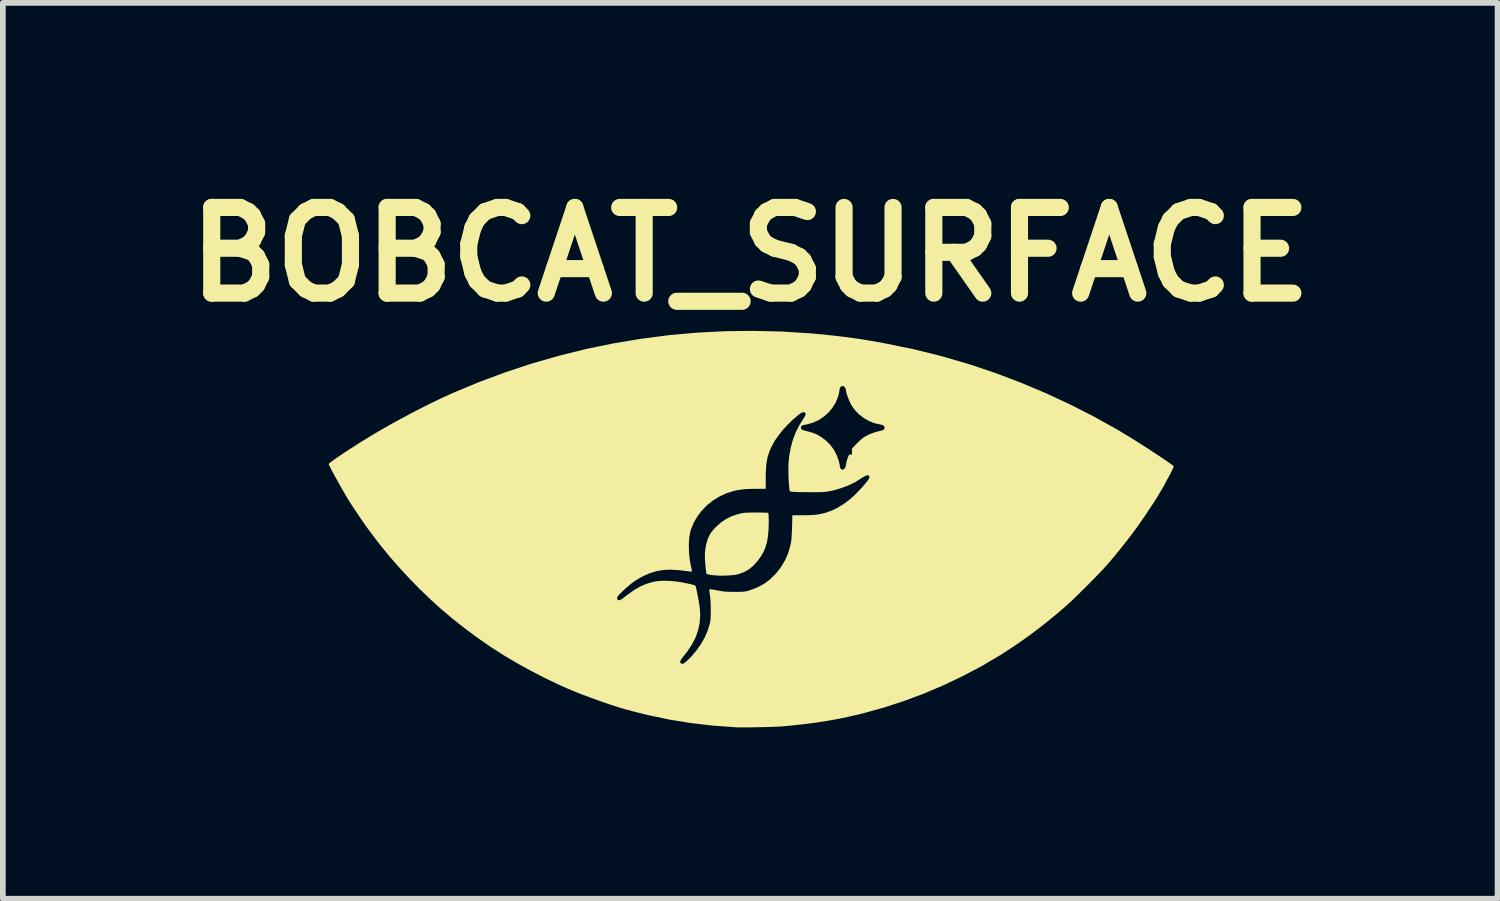
<source format=kicad_pcb>
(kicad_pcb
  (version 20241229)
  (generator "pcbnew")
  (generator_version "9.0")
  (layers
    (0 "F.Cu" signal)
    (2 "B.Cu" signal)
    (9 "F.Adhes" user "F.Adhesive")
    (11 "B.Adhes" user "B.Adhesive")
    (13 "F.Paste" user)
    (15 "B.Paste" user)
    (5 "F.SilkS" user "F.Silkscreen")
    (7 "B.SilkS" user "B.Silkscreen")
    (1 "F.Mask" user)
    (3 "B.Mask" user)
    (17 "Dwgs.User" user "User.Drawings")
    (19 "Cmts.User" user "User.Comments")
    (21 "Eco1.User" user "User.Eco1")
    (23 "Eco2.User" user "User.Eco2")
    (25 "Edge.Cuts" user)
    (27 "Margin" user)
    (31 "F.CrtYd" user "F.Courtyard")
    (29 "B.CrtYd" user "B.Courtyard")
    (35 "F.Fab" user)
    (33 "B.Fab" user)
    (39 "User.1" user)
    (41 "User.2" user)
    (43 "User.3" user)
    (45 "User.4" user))
  (footprint "BOBCAT_SURFACE"
    (layer "F.Cu")
    (at 10.086 1.404)
    (property "Reference" "BOBCAT_SURFACE" (at 0 0 0) (layer "F.SilkS") (effects (font (size 1.5 1.5) (thickness 0.3))))
    (attr board_only exclude_from_pos_files exclude_from_bom)
    (fp_poly (pts (xy 0.151 4.52) (xy 0.206 4.521) (xy 0.252 4.522) (xy 0.286 4.523) (xy 0.305 4.525) (xy 0.307 4.526) (xy 0.313 4.53) (xy 0.318 4.538) (xy 0.32 4.554) (xy 0.322 4.579) (xy 0.323 4.616) (xy 0.324 4.668) (xy 0.324 4.702) (xy 0.32 4.829) (xy 0.31 4.94) (xy 0.293 5.039) (xy 0.267 5.128) (xy 0.232 5.211) (xy 0.186 5.289) (xy 0.13 5.367) (xy 0.127 5.37) (xy 0.055 5.45) (xy -0.022 5.514) (xy -0.107 5.562) (xy -0.201 5.597) (xy -0.211 5.6) (xy -0.258 5.61) (xy -0.318 5.617) (xy -0.388 5.622) (xy -0.462 5.625) (xy -0.536 5.625) (xy -0.604 5.621) (xy -0.624 5.62) (xy -0.686 5.613) (xy -0.731 5.605) (xy -0.757 5.597) (xy -0.767 5.59) (xy -0.769 5.578) (xy -0.773 5.551) (xy -0.778 5.511) (xy -0.783 5.463) (xy -0.786 5.434) (xy -0.793 5.332) (xy -0.794 5.243) (xy -0.787 5.161) (xy -0.772 5.081) (xy -0.761 5.038) (xy -0.736 4.962) (xy -0.702 4.895) (xy -0.657 4.833) (xy -0.605 4.776) (xy -0.518 4.698) (xy -0.428 4.636) (xy -0.329 4.587) (xy -0.218 4.549) (xy -0.19 4.541) (xy -0.16 4.534) (xy -0.13 4.529) (xy -0.098 4.525) (xy -0.059 4.522) (xy -0.01 4.521) (xy 0.053 4.52) (xy 0.09 4.52)) (stroke (width 0) (type solid)) (fill yes) (layer "F.SilkS"))
    (fp_poly (pts (xy 0.551 1.351) (xy 1.046 1.382) (xy 1.3 1.405) (xy 1.588 1.437) (xy 1.864 1.474) (xy 2.131 1.516) (xy 2.395 1.565) (xy 2.6 1.607) (xy 2.651 1.618) (xy 2.7 1.628) (xy 2.741 1.636) (xy 2.769 1.641) (xy 2.771 1.642) (xy 2.796 1.647) (xy 2.837 1.655) (xy 2.89 1.668) (xy 2.953 1.683) (xy 3.023 1.7) (xy 3.097 1.718) (xy 3.173 1.737) (xy 3.247 1.756) (xy 3.316 1.773) (xy 3.378 1.79) (xy 3.414 1.8) (xy 3.862 1.932) (xy 4.306 2.082) (xy 4.746 2.249) (xy 5.18 2.432) (xy 5.606 2.63) (xy 6.022 2.842) (xy 6.427 3.068) (xy 6.667 3.213) (xy 6.74 3.258) (xy 6.819 3.308) (xy 6.9 3.36) (xy 6.981 3.412) (xy 7.061 3.465) (xy 7.138 3.515) (xy 7.21 3.563) (xy 7.274 3.606) (xy 7.329 3.644) (xy 7.372 3.675) (xy 7.403 3.697) (xy 7.413 3.705) (xy 7.412 3.717) (xy 7.403 3.743) (xy 7.385 3.782) (xy 7.36 3.833) (xy 7.328 3.893) (xy 7.301 3.942) (xy 7.282 3.976) (xy 7.267 4.004) (xy 7.259 4.021) (xy 7.257 4.025) (xy 7.253 4.034) (xy 7.241 4.055) (xy 7.23 4.074) (xy 7.214 4.101) (xy 7.191 4.139) (xy 7.166 4.182) (xy 7.147 4.214) (xy 7.124 4.253) (xy 7.092 4.303) (xy 7.054 4.362) (xy 7.011 4.427) (xy 6.967 4.493) (xy 6.924 4.558) (xy 6.883 4.618) (xy 6.847 4.669) (xy 6.847 4.669) (xy 6.827 4.698) (xy 6.809 4.724) (xy 6.802 4.733) (xy 6.765 4.787) (xy 6.717 4.852) (xy 6.661 4.927) (xy 6.599 5.007) (xy 6.533 5.091) (xy 6.466 5.175) (xy 6.399 5.257) (xy 6.335 5.334) (xy 6.276 5.403) (xy 6.227 5.459) (xy 6.177 5.514) (xy 6.116 5.579) (xy 6.046 5.651) (xy 5.971 5.728) (xy 5.892 5.807) (xy 5.813 5.885) (xy 5.737 5.96) (xy 5.666 6.029) (xy 5.603 6.089) (xy 5.576 6.113) (xy 5.421 6.25) (xy 5.251 6.391) (xy 5.072 6.533) (xy 4.887 6.672) (xy 4.7 6.805) (xy 4.514 6.93) (xy 4.366 7.024) (xy 4.05 7.21) (xy 3.722 7.383) (xy 3.386 7.543) (xy 3.043 7.689) (xy 2.695 7.819) (xy 2.346 7.933) (xy 1.997 8.03) (xy 1.848 8.066) (xy 1.803 8.076) (xy 1.762 8.086) (xy 1.729 8.093) (xy 1.719 8.096) (xy 1.544 8.133) (xy 1.353 8.167) (xy 1.148 8.199) (xy 0.93 8.227) (xy 0.703 8.251) (xy 0.586 8.262) (xy 0.537 8.266) (xy 0.474 8.269) (xy 0.399 8.272) (xy 0.315 8.275) (xy 0.226 8.277) (xy 0.135 8.279) (xy 0.045 8.281) (xy -0.04 8.282) (xy -0.118 8.282) (xy -0.185 8.282) (xy -0.237 8.281) (xy -0.257 8.28) (xy -0.653 8.251) (xy -1.039 8.206) (xy -1.416 8.145) (xy -1.787 8.067) (xy -1.971 8.022) (xy -2.069 7.996) (xy -2.154 7.974) (xy -2.229 7.953) (xy -2.299 7.932) (xy -2.37 7.91) (xy -2.445 7.885) (xy -2.529 7.856) (xy -2.624 7.823) (xy -2.783 7.766) (xy -2.929 7.712) (xy -3.063 7.659) (xy -3.192 7.605) (xy -3.318 7.55) (xy -3.445 7.49) (xy -3.578 7.426) (xy -3.6 7.415) (xy -3.852 7.285) (xy -4.088 7.155) (xy -4.313 7.021) (xy -4.531 6.882) (xy -4.746 6.734) (xy -4.961 6.576) (xy -5.18 6.404) (xy -5.219 6.373) (xy -5.406 6.215) (xy -5.597 6.043) (xy -5.621 6.019) (xy -2.332 6.019) (xy -2.331 6.023) (xy -2.326 6.044) (xy -2.312 6.054) (xy -2.302 6.055) (xy -2.286 6.054) (xy -2.266 6.046) (xy -2.239 6.028) (xy -2.202 6) (xy -2.193 5.993) (xy -2.094 5.919) (xy -2.003 5.859) (xy -1.917 5.811) (xy -1.83 5.773) (xy -1.741 5.745) (xy -1.675 5.729) (xy -1.6 5.718) (xy -1.512 5.714) (xy -1.414 5.717) (xy -1.312 5.725) (xy -1.21 5.74) (xy -1.152 5.751) (xy -1.088 5.765) (xy -1.039 5.775) (xy -1.005 5.784) (xy -0.981 5.791) (xy -0.966 5.798) (xy -0.958 5.805) (xy -0.954 5.815) (xy -0.951 5.826) (xy -0.95 5.829) (xy -0.927 5.938) (xy -0.909 6.03) (xy -0.895 6.11) (xy -0.885 6.18) (xy -0.879 6.242) (xy -0.876 6.3) (xy -0.876 6.322) (xy -0.885 6.45) (xy -0.911 6.576) (xy -0.954 6.7) (xy -1.016 6.822) (xy -1.096 6.945) (xy -1.18 7.052) (xy -1.211 7.093) (xy -1.226 7.124) (xy -1.225 7.147) (xy -1.212 7.161) (xy -1.195 7.169) (xy -1.18 7.169) (xy -1.16 7.159) (xy -1.133 7.138) (xy -1.127 7.134) (xy -1.099 7.109) (xy -1.064 7.075) (xy -1.031 7.04) (xy -1.024 7.033) (xy -0.933 6.923) (xy -0.859 6.817) (xy -0.798 6.71) (xy -0.75 6.599) (xy -0.712 6.48) (xy -0.703 6.448) (xy -0.698 6.414) (xy -0.694 6.365) (xy -0.692 6.306) (xy -0.691 6.239) (xy -0.692 6.17) (xy -0.694 6.101) (xy -0.698 6.038) (xy -0.703 5.984) (xy -0.707 5.957) (xy -0.712 5.919) (xy -0.715 5.887) (xy -0.715 5.868) (xy -0.714 5.864) (xy -0.703 5.863) (xy -0.677 5.866) (xy -0.639 5.871) (xy -0.594 5.88) (xy -0.58 5.882) (xy -0.53 5.892) (xy -0.487 5.899) (xy -0.446 5.904) (xy -0.401 5.907) (xy -0.349 5.908) (xy -0.282 5.909) (xy -0.276 5.909) (xy -0.213 5.909) (xy -0.164 5.908) (xy -0.127 5.906) (xy -0.096 5.903) (xy -0.068 5.898) (xy -0.039 5.891) (xy -0.01 5.882) (xy 0.117 5.835) (xy 0.234 5.773) (xy 0.341 5.695) (xy 0.439 5.599) (xy 0.458 5.578) (xy 0.541 5.472) (xy 0.607 5.361) (xy 0.659 5.244) (xy 0.698 5.115) (xy 0.716 5.033) (xy 0.719 5.006) (xy 0.723 4.964) (xy 0.726 4.911) (xy 0.729 4.85) (xy 0.732 4.786) (xy 0.732 4.772) (xy 0.738 4.568) (xy 0.938 4.567) (xy 1.016 4.566) (xy 1.079 4.564) (xy 1.132 4.56) (xy 1.18 4.554) (xy 1.227 4.546) (xy 1.277 4.534) (xy 1.329 4.521) (xy 1.426 4.486) (xy 1.528 4.437) (xy 1.631 4.374) (xy 1.73 4.301) (xy 1.816 4.226) (xy 1.861 4.181) (xy 1.907 4.134) (xy 1.952 4.085) (xy 1.993 4.038) (xy 2.029 3.996) (xy 2.057 3.959) (xy 2.076 3.932) (xy 2.082 3.919) (xy 2.085 3.888) (xy 2.075 3.871) (xy 2.053 3.867) (xy 2.02 3.877) (xy 1.977 3.9) (xy 1.958 3.913) (xy 1.833 3.99) (xy 1.704 4.052) (xy 1.566 4.101) (xy 1.533 4.111) (xy 1.477 4.127) (xy 1.428 4.139) (xy 1.381 4.148) (xy 1.335 4.155) (xy 1.285 4.16) (xy 1.228 4.163) (xy 1.161 4.164) (xy 1.08 4.164) (xy 1.024 4.164) (xy 0.953 4.163) (xy 0.886 4.162) (xy 0.827 4.161) (xy 0.779 4.159) (xy 0.744 4.157) (xy 0.724 4.155) (xy 0.724 4.155) (xy 0.69 4.147) (xy 0.679 4.043) (xy 0.673 3.961) (xy 0.669 3.872) (xy 0.668 3.78) (xy 0.669 3.691) (xy 0.674 3.609) (xy 0.681 3.541) (xy 0.681 3.535) (xy 0.71 3.38) (xy 0.749 3.239) (xy 0.799 3.109) (xy 0.843 3.023) (xy 0.887 3.023) (xy 0.888 3.037) (xy 0.892 3.052) (xy 0.903 3.065) (xy 0.924 3.076) (xy 0.957 3.087) (xy 1.005 3.099) (xy 1.02 3.103) (xy 1.098 3.125) (xy 1.168 3.154) (xy 1.234 3.192) (xy 1.303 3.242) (xy 1.332 3.266) (xy 1.404 3.338) (xy 1.466 3.423) (xy 1.515 3.518) (xy 1.551 3.618) (xy 1.552 3.623) (xy 1.561 3.661) (xy 1.568 3.695) (xy 1.571 3.717) (xy 1.571 3.72) (xy 1.578 3.744) (xy 1.595 3.764) (xy 1.614 3.771) (xy 1.63 3.766) (xy 1.647 3.755) (xy 1.662 3.734) (xy 1.673 3.7) (xy 1.676 3.681) (xy 1.683 3.645) (xy 1.693 3.606) (xy 1.705 3.568) (xy 1.718 3.535) (xy 1.729 3.512) (xy 1.738 3.502) (xy 1.739 3.502) (xy 1.755 3.506) (xy 1.764 3.51) (xy 1.773 3.511) (xy 1.779 3.504) (xy 1.781 3.485) (xy 1.781 3.458) (xy 1.781 3.4) (xy 1.86 3.317) (xy 1.897 3.28) (xy 1.936 3.245) (xy 1.972 3.215) (xy 1.993 3.199) (xy 2.053 3.166) (xy 2.125 3.135) (xy 2.202 3.108) (xy 2.268 3.092) (xy 2.309 3.082) (xy 2.334 3.071) (xy 2.348 3.057) (xy 2.352 3.038) (xy 2.352 3.032) (xy 2.344 3.007) (xy 2.318 2.989) (xy 2.274 2.978) (xy 2.27 2.977) (xy 2.175 2.956) (xy 2.081 2.919) (xy 1.991 2.867) (xy 1.907 2.803) (xy 1.835 2.73) (xy 1.776 2.648) (xy 1.767 2.633) (xy 1.749 2.597) (xy 1.73 2.553) (xy 1.711 2.506) (xy 1.695 2.46) (xy 1.683 2.42) (xy 1.677 2.39) (xy 1.676 2.384) (xy 1.672 2.356) (xy 1.665 2.34) (xy 1.644 2.314) (xy 1.62 2.304) (xy 1.596 2.309) (xy 1.576 2.328) (xy 1.564 2.359) (xy 1.562 2.38) (xy 1.559 2.405) (xy 1.552 2.441) (xy 1.541 2.481) (xy 1.538 2.49) (xy 1.498 2.59) (xy 1.441 2.684) (xy 1.371 2.768) (xy 1.289 2.841) (xy 1.197 2.902) (xy 1.099 2.947) (xy 0.995 2.976) (xy 0.987 2.977) (xy 0.941 2.987) (xy 0.911 2.996) (xy 0.894 3.008) (xy 0.887 3.023) (xy 0.843 3.023) (xy 0.862 2.986) (xy 0.919 2.896) (xy 0.95 2.848) (xy 0.967 2.812) (xy 0.97 2.787) (xy 0.961 2.771) (xy 0.939 2.764) (xy 0.937 2.764) (xy 0.92 2.765) (xy 0.901 2.772) (xy 0.876 2.787) (xy 0.842 2.813) (xy 0.833 2.82) (xy 0.74 2.899) (xy 0.651 2.987) (xy 0.567 3.078) (xy 0.493 3.172) (xy 0.43 3.263) (xy 0.382 3.348) (xy 0.348 3.422) (xy 0.321 3.492) (xy 0.301 3.563) (xy 0.287 3.637) (xy 0.278 3.72) (xy 0.273 3.814) (xy 0.271 3.912) (xy 0.271 4.105) (xy 0.11 4.105) (xy 0.01 4.106) (xy -0.075 4.11) (xy -0.149 4.117) (xy -0.218 4.127) (xy -0.284 4.141) (xy -0.294 4.144) (xy -0.422 4.185) (xy -0.542 4.241) (xy -0.655 4.311) (xy -0.758 4.394) (xy -0.849 4.487) (xy -0.927 4.59) (xy -0.991 4.7) (xy -1.038 4.817) (xy -1.048 4.852) (xy -1.064 4.931) (xy -1.073 5.022) (xy -1.075 5.123) (xy -1.071 5.229) (xy -1.06 5.336) (xy -1.043 5.439) (xy -1.027 5.507) (xy -1.023 5.532) (xy -1.022 5.549) (xy -1.023 5.551) (xy -1.034 5.554) (xy -1.058 5.553) (xy -1.073 5.551) (xy -1.1 5.547) (xy -1.14 5.542) (xy -1.189 5.536) (xy -1.243 5.53) (xy -1.257 5.529) (xy -1.394 5.52) (xy -1.522 5.526) (xy -1.644 5.547) (xy -1.763 5.584) (xy -1.857 5.625) (xy -1.943 5.67) (xy -2.022 5.719) (xy -2.099 5.777) (xy -2.179 5.846) (xy -2.218 5.882) (xy -2.261 5.924) (xy -2.292 5.954) (xy -2.312 5.977) (xy -2.325 5.994) (xy -2.331 6.007) (xy -2.332 6.019) (xy -5.621 6.019) (xy -5.787 5.86) (xy -5.973 5.669) (xy -6.153 5.475) (xy -6.322 5.281) (xy -6.478 5.089) (xy -6.511 5.048) (xy -6.535 5.016) (xy -6.565 4.977) (xy -6.598 4.932) (xy -6.633 4.886) (xy -6.667 4.84) (xy -6.698 4.799) (xy -6.722 4.765) (xy -6.739 4.743) (xy -6.743 4.737) (xy -6.786 4.674) (xy -6.831 4.608) (xy -6.876 4.541) (xy -6.919 4.477) (xy -6.958 4.419) (xy -6.99 4.369) (xy -7.015 4.332) (xy -7.018 4.326) (xy -7.05 4.275) (xy -7.085 4.216) (xy -7.122 4.151) (xy -7.161 4.084) (xy -7.2 4.014) (xy -7.238 3.946) (xy -7.274 3.881) (xy -7.307 3.821) (xy -7.335 3.768) (xy -7.357 3.724) (xy -7.373 3.692) (xy -7.38 3.673) (xy -7.381 3.671) (xy -7.373 3.661) (xy -7.35 3.642) (xy -7.315 3.615) (xy -7.267 3.581) (xy -7.209 3.541) (xy -7.143 3.496) (xy -7.069 3.447) (xy -6.99 3.396) (xy -6.906 3.342) (xy -6.82 3.287) (xy -6.732 3.233) (xy -6.645 3.179) (xy -6.605 3.155) (xy -6.454 3.067) (xy -6.292 2.974) (xy -6.121 2.881) (xy -5.946 2.787) (xy -5.77 2.696) (xy -5.596 2.609) (xy -5.429 2.528) (xy -5.272 2.456) (xy -5.2 2.424) (xy -4.745 2.234) (xy -4.284 2.063) (xy -3.818 1.909) (xy -3.346 1.774) (xy -2.87 1.656) (xy -2.39 1.557) (xy -1.906 1.477) (xy -1.419 1.414) (xy -0.929 1.37) (xy -0.437 1.345) (xy 0.056 1.339)) (stroke (width 0) (type solid)) (fill yes) (layer "F.SilkS")))
  (gr_rect
    (start -3 -3)
    (end 23.171 12.686)
    (stroke (width 0.1) (type default))
    (fill no)
    (layer "Edge.Cuts")))
</source>
